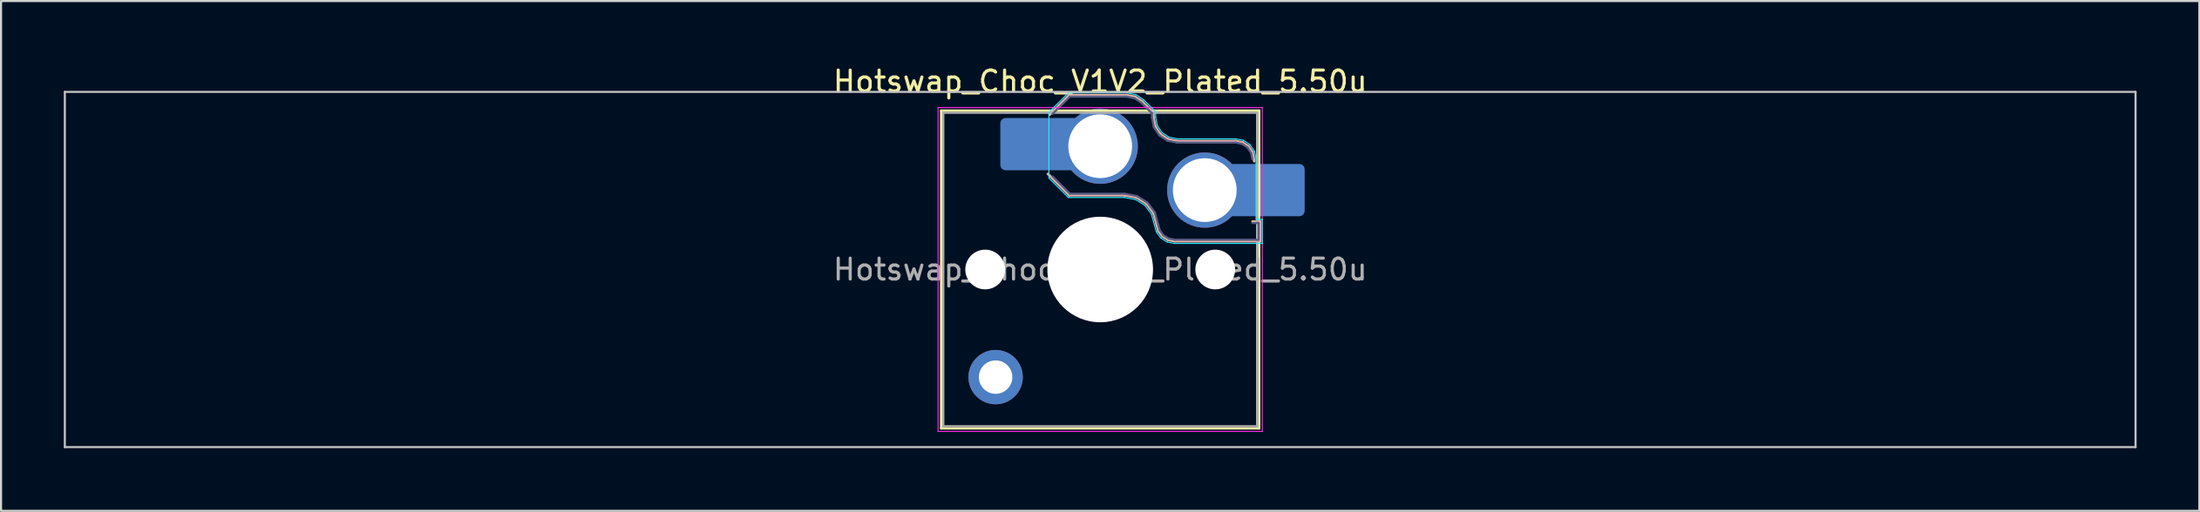
<source format=kicad_pcb>
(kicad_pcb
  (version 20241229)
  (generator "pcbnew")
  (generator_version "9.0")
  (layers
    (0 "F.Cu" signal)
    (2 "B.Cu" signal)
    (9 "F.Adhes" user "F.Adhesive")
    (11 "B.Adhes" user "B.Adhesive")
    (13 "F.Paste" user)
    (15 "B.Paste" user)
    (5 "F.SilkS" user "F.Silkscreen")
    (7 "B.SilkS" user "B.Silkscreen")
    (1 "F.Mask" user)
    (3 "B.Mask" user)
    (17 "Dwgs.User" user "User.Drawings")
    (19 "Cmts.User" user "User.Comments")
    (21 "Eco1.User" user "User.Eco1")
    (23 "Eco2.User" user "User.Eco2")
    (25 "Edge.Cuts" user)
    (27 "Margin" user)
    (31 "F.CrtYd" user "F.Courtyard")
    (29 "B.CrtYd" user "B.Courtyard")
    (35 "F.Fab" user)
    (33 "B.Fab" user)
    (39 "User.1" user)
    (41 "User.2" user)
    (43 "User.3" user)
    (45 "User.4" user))
  (footprint "Hotswap_Choc_V1V2_Plated_5.50u"
    (layer "F.Cu")
    (at 49.55 9.848)
    (property "Reference" "Hotswap_Choc_V1V2_Plated_5.50u" (at 0 -9 0) (layer "F.SilkS") (effects (font (size 1 1) (thickness 0.15))))
    (attr smd)
    (fp_line (start -7.6 -7.6) (end -7.6 7.6) (stroke (width 0.12) (type solid)) (layer "F.SilkS"))
    (fp_line (start -7.6 7.6) (end 7.6 7.6) (stroke (width 0.12) (type solid)) (layer "F.SilkS"))
    (fp_line (start 7.6 -7.6) (end -7.6 -7.6) (stroke (width 0.12) (type solid)) (layer "F.SilkS"))
    (fp_line (start 7.6 7.6) (end 7.6 -7.6) (stroke (width 0.12) (type solid)) (layer "F.SilkS"))
    (fp_line (start -2.416 -7.409) (end -1.479 -8.346) (stroke (width 0.12) (type solid)) (layer "B.SilkS"))
    (fp_line (start -1.479 -8.346) (end 1.268 -8.346) (stroke (width 0.12) (type solid)) (layer "B.SilkS"))
    (fp_line (start -1.479 -3.554) (end -2.5 -4.575) (stroke (width 0.12) (type solid)) (layer "B.SilkS"))
    (fp_line (start 1.168 -3.554) (end -1.479 -3.554) (stroke (width 0.12) (type solid)) (layer "B.SilkS"))
    (fp_line (start 1.268 -8.346) (end 1.671 -8.266) (stroke (width 0.12) (type solid)) (layer "B.SilkS"))
    (fp_line (start 1.671 -8.266) (end 2.013 -8.037) (stroke (width 0.12) (type solid)) (layer "B.SilkS"))
    (fp_line (start 1.73 -3.449) (end 1.168 -3.554) (stroke (width 0.12) (type solid)) (layer "B.SilkS"))
    (fp_line (start 2.013 -8.037) (end 2.546 -7.504) (stroke (width 0.12) (type solid)) (layer "B.SilkS"))
    (fp_line (start 2.209 -3.15) (end 1.73 -3.449) (stroke (width 0.12) (type solid)) (layer "B.SilkS"))
    (fp_line (start 2.546 -7.504) (end 2.546 -7.282) (stroke (width 0.12) (type solid)) (layer "B.SilkS"))
    (fp_line (start 2.546 -7.282) (end 2.633 -6.844) (stroke (width 0.12) (type solid)) (layer "B.SilkS"))
    (fp_line (start 2.547 -2.697) (end 2.209 -3.15) (stroke (width 0.12) (type solid)) (layer "B.SilkS"))
    (fp_line (start 2.633 -6.844) (end 2.877 -6.477) (stroke (width 0.12) (type solid)) (layer "B.SilkS"))
    (fp_line (start 2.701 -2.139) (end 2.547 -2.697) (stroke (width 0.12) (type solid)) (layer "B.SilkS"))
    (fp_line (start 2.783 -1.841) (end 2.701 -2.139) (stroke (width 0.12) (type solid)) (layer "B.SilkS"))
    (fp_line (start 2.877 -6.477) (end 3.244 -6.233) (stroke (width 0.12) (type solid)) (layer "B.SilkS"))
    (fp_line (start 2.976 -1.583) (end 2.783 -1.841) (stroke (width 0.12) (type solid)) (layer "B.SilkS"))
    (fp_line (start 3.244 -6.233) (end 3.682 -6.146) (stroke (width 0.12) (type solid)) (layer "B.SilkS"))
    (fp_line (start 3.25 -1.413) (end 2.976 -1.583) (stroke (width 0.12) (type solid)) (layer "B.SilkS"))
    (fp_line (start 3.56 -1.354) (end 3.25 -1.413) (stroke (width 0.12) (type solid)) (layer "B.SilkS"))
    (fp_line (start 3.682 -6.146) (end 6.482 -6.146) (stroke (width 0.12) (type solid)) (layer "B.SilkS"))
    (fp_line (start 6.482 -6.146) (end 6.809 -6.081) (stroke (width 0.12) (type solid)) (layer "B.SilkS"))
    (fp_line (start 6.809 -6.081) (end 7.092 -5.892) (stroke (width 0.12) (type solid)) (layer "B.SilkS"))
    (fp_line (start 7.092 -5.892) (end 7.281 -5.609) (stroke (width 0.12) (type solid)) (layer "B.SilkS"))
    (fp_line (start 7.281 -5.609) (end 7.366 -5.182) (stroke (width 0.12) (type solid)) (layer "B.SilkS"))
    (fp_line (start 7.283 -2.296) (end 7.646 -2.296) (stroke (width 0.12) (type solid)) (layer "B.SilkS"))
    (fp_line (start 7.646 -2.296) (end 7.646 -1.354) (stroke (width 0.12) (type solid)) (layer "B.SilkS"))
    (fp_line (start 7.646 -1.354) (end 3.56 -1.354) (stroke (width 0.12) (type solid)) (layer "B.SilkS"))
    (fp_line (start -49.5 -8.5) (end -49.5 8.5) (stroke (width 0.1) (type solid)) (layer "Dwgs.User"))
    (fp_line (start -49.5 8.5) (end 49.5 8.5) (stroke (width 0.1) (type solid)) (layer "Dwgs.User"))
    (fp_line (start 49.5 -8.5) (end -49.5 -8.5) (stroke (width 0.1) (type solid)) (layer "Dwgs.User"))
    (fp_line (start 49.5 8.5) (end 49.5 -8.5) (stroke (width 0.1) (type solid)) (layer "Dwgs.User"))
    (fp_line (start -7.25 -7.25) (end -7.25 7.25) (stroke (width 0.1) (type solid)) (layer "Eco1.User"))
    (fp_line (start -7.25 7.25) (end 7.25 7.25) (stroke (width 0.1) (type solid)) (layer "Eco1.User"))
    (fp_line (start 7.25 -7.25) (end -7.25 -7.25) (stroke (width 0.1) (type solid)) (layer "Eco1.User"))
    (fp_line (start 7.25 7.25) (end 7.25 -7.25) (stroke (width 0.1) (type solid)) (layer "Eco1.User"))
    (fp_line (start -2.452 -7.523) (end -1.523 -8.452) (stroke (width 0.05) (type solid)) (layer "B.CrtYd"))
    (fp_line (start -2.452 -4.377) (end -2.452 -7.523) (stroke (width 0.05) (type solid)) (layer "B.CrtYd"))
    (fp_line (start -1.523 -8.452) (end 1.278 -8.452) (stroke (width 0.05) (type solid)) (layer "B.CrtYd"))
    (fp_line (start -1.523 -3.448) (end -2.452 -4.377) (stroke (width 0.05) (type solid)) (layer "B.CrtYd"))
    (fp_line (start 1.159 -3.448) (end -1.523 -3.448) (stroke (width 0.05) (type solid)) (layer "B.CrtYd"))
    (fp_line (start 1.278 -8.452) (end 1.712 -8.366) (stroke (width 0.05) (type solid)) (layer "B.CrtYd"))
    (fp_line (start 1.691 -3.348) (end 1.159 -3.448) (stroke (width 0.05) (type solid)) (layer "B.CrtYd"))
    (fp_line (start 1.712 -8.366) (end 2.081 -8.119) (stroke (width 0.05) (type solid)) (layer "B.CrtYd"))
    (fp_line (start 2.081 -8.119) (end 2.652 -7.548) (stroke (width 0.05) (type solid)) (layer "B.CrtYd"))
    (fp_line (start 2.136 -3.071) (end 1.691 -3.348) (stroke (width 0.05) (type solid)) (layer "B.CrtYd"))
    (fp_line (start 2.45 -2.65) (end 2.136 -3.071) (stroke (width 0.05) (type solid)) (layer "B.CrtYd"))
    (fp_line (start 2.599 -2.111) (end 2.45 -2.65) (stroke (width 0.05) (type solid)) (layer "B.CrtYd"))
    (fp_line (start 2.652 -7.548) (end 2.652 -7.292) (stroke (width 0.05) (type solid)) (layer "B.CrtYd"))
    (fp_line (start 2.652 -7.292) (end 2.733 -6.885) (stroke (width 0.05) (type solid)) (layer "B.CrtYd"))
    (fp_line (start 2.687 -1.794) (end 2.599 -2.111) (stroke (width 0.05) (type solid)) (layer "B.CrtYd"))
    (fp_line (start 2.733 -6.885) (end 2.953 -6.553) (stroke (width 0.05) (type solid)) (layer "B.CrtYd"))
    (fp_line (start 2.903 -1.503) (end 2.687 -1.794) (stroke (width 0.05) (type solid)) (layer "B.CrtYd"))
    (fp_line (start 2.953 -6.553) (end 3.285 -6.333) (stroke (width 0.05) (type solid)) (layer "B.CrtYd"))
    (fp_line (start 3.211 -1.312) (end 2.903 -1.503) (stroke (width 0.05) (type solid)) (layer "B.CrtYd"))
    (fp_line (start 3.285 -6.333) (end 3.692 -6.252) (stroke (width 0.05) (type solid)) (layer "B.CrtYd"))
    (fp_line (start 3.55 -1.248) (end 3.211 -1.312) (stroke (width 0.05) (type solid)) (layer "B.CrtYd"))
    (fp_line (start 3.692 -6.252) (end 6.492 -6.252) (stroke (width 0.05) (type solid)) (layer "B.CrtYd"))
    (fp_line (start 6.492 -6.252) (end 6.85 -6.181) (stroke (width 0.05) (type solid)) (layer "B.CrtYd"))
    (fp_line (start 6.85 -6.181) (end 7.168 -5.968) (stroke (width 0.05) (type solid)) (layer "B.CrtYd"))
    (fp_line (start 7.168 -5.968) (end 7.381 -5.65) (stroke (width 0.05) (type solid)) (layer "B.CrtYd"))
    (fp_line (start 7.381 -5.65) (end 7.452 -5.292) (stroke (width 0.05) (type solid)) (layer "B.CrtYd"))
    (fp_line (start 7.452 -5.292) (end 7.452 -2.402) (stroke (width 0.05) (type solid)) (layer "B.CrtYd"))
    (fp_line (start 7.452 -2.402) (end 7.752 -2.402) (stroke (width 0.05) (type solid)) (layer "B.CrtYd"))
    (fp_line (start 7.752 -2.402) (end 7.752 -1.248) (stroke (width 0.05) (type solid)) (layer "B.CrtYd"))
    (fp_line (start 7.752 -1.248) (end 3.55 -1.248) (stroke (width 0.05) (type solid)) (layer "B.CrtYd"))
    (fp_line (start -7.75 -7.75) (end -7.75 7.75) (stroke (width 0.05) (type solid)) (layer "F.CrtYd"))
    (fp_line (start -7.75 7.75) (end 7.75 7.75) (stroke (width 0.05) (type solid)) (layer "F.CrtYd"))
    (fp_line (start 7.75 -7.75) (end -7.75 -7.75) (stroke (width 0.05) (type solid)) (layer "F.CrtYd"))
    (fp_line (start 7.75 7.75) (end 7.75 -7.75) (stroke (width 0.05) (type solid)) (layer "F.CrtYd"))
    (fp_line (start -2.275 -7.45) (end -1.45 -8.275) (stroke (width 0.1) (type solid)) (layer "B.Fab"))
    (fp_line (start -1.45 -8.275) (end 1.261 -8.275) (stroke (width 0.1) (type solid)) (layer "B.Fab"))
    (fp_line (start -1.45 -3.625) (end -2.275 -4.45) (stroke (width 0.1) (type solid)) (layer "B.Fab"))
    (fp_line (start 1.175 -3.625) (end -1.45 -3.625) (stroke (width 0.1) (type solid)) (layer "B.Fab"))
    (fp_line (start 1.261 -8.275) (end 1.643 -8.199) (stroke (width 0.1) (type solid)) (layer "B.Fab"))
    (fp_line (start 1.643 -8.199) (end 1.968 -7.982) (stroke (width 0.1) (type solid)) (layer "B.Fab"))
    (fp_line (start 1.756 -3.516) (end 1.175 -3.625) (stroke (width 0.1) (type solid)) (layer "B.Fab"))
    (fp_line (start 1.968 -7.982) (end 2.475 -7.475) (stroke (width 0.1) (type solid)) (layer "B.Fab"))
    (fp_line (start 2.258 -3.203) (end 1.756 -3.516) (stroke (width 0.1) (type solid)) (layer "B.Fab"))
    (fp_line (start 2.475 -7.475) (end 2.475 -7.275) (stroke (width 0.1) (type solid)) (layer "B.Fab"))
    (fp_line (start 2.475 -7.275) (end 2.566 -6.816) (stroke (width 0.1) (type solid)) (layer "B.Fab"))
    (fp_line (start 2.566 -6.816) (end 2.826 -6.426) (stroke (width 0.1) (type solid)) (layer "B.Fab"))
    (fp_line (start 2.612 -2.729) (end 2.258 -3.203) (stroke (width 0.1) (type solid)) (layer "B.Fab"))
    (fp_line (start 2.769 -2.158) (end 2.612 -2.729) (stroke (width 0.1) (type solid)) (layer "B.Fab"))
    (fp_line (start 2.826 -6.426) (end 3.216 -6.166) (stroke (width 0.1) (type solid)) (layer "B.Fab"))
    (fp_line (start 2.848 -1.873) (end 2.769 -2.158) (stroke (width 0.1) (type solid)) (layer "B.Fab"))
    (fp_line (start 3.025 -1.636) (end 2.848 -1.873) (stroke (width 0.1) (type solid)) (layer "B.Fab"))
    (fp_line (start 3.216 -6.166) (end 3.675 -6.075) (stroke (width 0.1) (type solid)) (layer "B.Fab"))
    (fp_line (start 3.276 -1.48) (end 3.025 -1.636) (stroke (width 0.1) (type solid)) (layer "B.Fab"))
    (fp_line (start 3.567 -1.425) (end 3.276 -1.48) (stroke (width 0.1) (type solid)) (layer "B.Fab"))
    (fp_line (start 3.675 -6.075) (end 6.475 -6.075) (stroke (width 0.1) (type solid)) (layer "B.Fab"))
    (fp_line (start 6.475 -6.075) (end 6.781 -6.014) (stroke (width 0.1) (type solid)) (layer "B.Fab"))
    (fp_line (start 6.781 -6.014) (end 7.041 -5.841) (stroke (width 0.1) (type solid)) (layer "B.Fab"))
    (fp_line (start 7.041 -5.841) (end 7.214 -5.581) (stroke (width 0.1) (type solid)) (layer "B.Fab"))
    (fp_line (start 7.214 -5.581) (end 7.275 -5.275) (stroke (width 0.1) (type solid)) (layer "B.Fab"))
    (fp_line (start 7.275 -2.225) (end 7.575 -2.225) (stroke (width 0.1) (type solid)) (layer "B.Fab"))
    (fp_line (start 7.575 -2.225) (end 7.575 -1.425) (stroke (width 0.1) (type solid)) (layer "B.Fab"))
    (fp_line (start 7.575 -1.425) (end 3.567 -1.425) (stroke (width 0.1) (type solid)) (layer "B.Fab"))
    (fp_line (start -7.5 -7.5) (end -7.5 7.5) (stroke (width 0.1) (type solid)) (layer "F.Fab"))
    (fp_line (start -7.5 7.5) (end 7.5 7.5) (stroke (width 0.1) (type solid)) (layer "F.Fab"))
    (fp_line (start 7.5 -7.5) (end -7.5 -7.5) (stroke (width 0.1) (type solid)) (layer "F.Fab"))
    (fp_line (start 7.5 7.5) (end 7.5 -7.5) (stroke (width 0.1) (type solid)) (layer "F.Fab"))
    (fp_text user "${REFERENCE}" (at 0 0 0) (layer "F.Fab") (effects (font (size 1 1) (thickness 0.15))))
    (pad "" np_thru_hole circle (at -5.5 0) (size 1.9 1.9) (drill 1.9) (layers "*.Cu" "*.Mask"))
    (pad "" thru_hole circle (at -5 5.15) (size 2.6 2.6) (drill 1.6) (layers "*.Cu" "*.Mask"))
    (pad "" smd roundrect (at -3.5 -6) (size 2.55 2.5) (layers "B.Mask" "B.Paste") (roundrect_rratio 0.1))
    (pad "" np_thru_hole circle (at 0 0) (size 5.05 5.05) (drill 5.05) (layers "*.Cu" "*.Mask"))
    (pad "" np_thru_hole circle (at 5.5 0) (size 1.9 1.9) (drill 1.9) (layers "*.Cu" "*.Mask"))
    (pad "" smd roundrect (at 8.5 -3.8) (size 2.55 2.5) (layers "B.Mask" "B.Paste") (roundrect_rratio 0.1))
    (pad "1" smd roundrect (at -2.85 -6) (size 3.85 2.5) (layers "B.Cu") (roundrect_rratio 0.1))
    (pad "1" thru_hole circle (at 0 -5.9) (size 3.6 3.6) (drill 3.05) (layers "*.Cu" "*.Mask"))
    (pad "2" thru_hole circle (at 5 -3.8) (size 3.6 3.6) (drill 3.05) (layers "*.Cu" "*.Mask"))
    (pad "2" smd roundrect (at 7.85 -3.8) (size 3.85 2.5) (layers "B.Cu") (roundrect_rratio 0.1)))
  (gr_rect
    (start -3 -3)
    (end 102.1 21.398)
    (stroke (width 0.1) (type default))
    (fill no)
    (layer "Edge.Cuts")))
</source>
